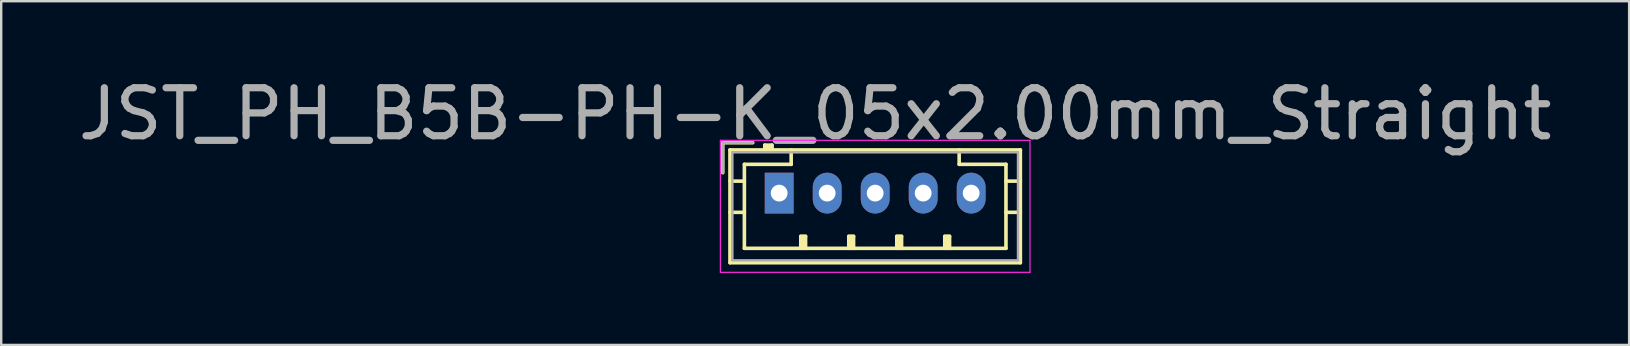
<source format=kicad_pcb>
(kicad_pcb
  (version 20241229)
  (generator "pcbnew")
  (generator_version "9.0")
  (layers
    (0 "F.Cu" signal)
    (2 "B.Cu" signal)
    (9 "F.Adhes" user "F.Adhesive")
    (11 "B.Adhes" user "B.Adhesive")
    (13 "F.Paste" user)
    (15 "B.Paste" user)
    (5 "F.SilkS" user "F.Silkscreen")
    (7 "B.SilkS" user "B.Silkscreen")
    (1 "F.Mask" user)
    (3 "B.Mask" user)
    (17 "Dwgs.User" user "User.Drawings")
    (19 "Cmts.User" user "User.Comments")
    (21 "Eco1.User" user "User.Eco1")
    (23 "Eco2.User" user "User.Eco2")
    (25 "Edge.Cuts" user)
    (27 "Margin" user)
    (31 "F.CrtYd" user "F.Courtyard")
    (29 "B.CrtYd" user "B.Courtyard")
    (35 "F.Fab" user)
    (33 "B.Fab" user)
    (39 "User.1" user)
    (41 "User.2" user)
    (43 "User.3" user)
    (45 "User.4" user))
  (footprint "JST_PH_B5B-PH-K_05x2.00mm_Straight"
    (layer "F.Cu")
    (at 29.417 4.997)
    (property "Reference" "JST_PH_B5B-PH-K_05x2.00mm_Straight" (at 1.5 -3.3 0) (layer "F.Fab") (effects (font (size 2 2) (thickness 0.3))))
    (attr through_hole)
    (fp_line (start -2.35 -2.1) (end -2.35 -0.85) (stroke (width 0.15) (type solid)) (layer "F.SilkS"))
    (fp_line (start -2.05 -1.8) (end -2.05 2.9) (stroke (width 0.15) (type solid)) (layer "F.SilkS"))
    (fp_line (start -2.05 -0.5) (end -1.45 -0.5) (stroke (width 0.15) (type solid)) (layer "F.SilkS"))
    (fp_line (start -2.05 0.8) (end -1.45 0.8) (stroke (width 0.15) (type solid)) (layer "F.SilkS"))
    (fp_line (start -2.05 2.9) (end 10.05 2.9) (stroke (width 0.15) (type solid)) (layer "F.SilkS"))
    (fp_line (start -1.45 -1.2) (end -1.45 2.3) (stroke (width 0.15) (type solid)) (layer "F.SilkS"))
    (fp_line (start -1.45 2.3) (end 9.45 2.3) (stroke (width 0.15) (type solid)) (layer "F.SilkS"))
    (fp_line (start -1.1 -2.1) (end -2.35 -2.1) (stroke (width 0.15) (type solid)) (layer "F.SilkS"))
    (fp_line (start -0.6 -2) (end -0.6 -1.8) (stroke (width 0.15) (type solid)) (layer "F.SilkS"))
    (fp_line (start -0.3 -2) (end -0.6 -2) (stroke (width 0.15) (type solid)) (layer "F.SilkS"))
    (fp_line (start -0.3 -1.9) (end -0.6 -1.9) (stroke (width 0.15) (type solid)) (layer "F.SilkS"))
    (fp_line (start -0.3 -1.8) (end -0.3 -2) (stroke (width 0.15) (type solid)) (layer "F.SilkS"))
    (fp_line (start 0.5 -1.8) (end 0.5 -1.2) (stroke (width 0.15) (type solid)) (layer "F.SilkS"))
    (fp_line (start 0.5 -1.2) (end -1.45 -1.2) (stroke (width 0.15) (type solid)) (layer "F.SilkS"))
    (fp_line (start 0.9 1.8) (end 1.1 1.8) (stroke (width 0.15) (type solid)) (layer "F.SilkS"))
    (fp_line (start 0.9 2.3) (end 0.9 1.8) (stroke (width 0.15) (type solid)) (layer "F.SilkS"))
    (fp_line (start 1 2.3) (end 1 1.8) (stroke (width 0.15) (type solid)) (layer "F.SilkS"))
    (fp_line (start 1.1 1.8) (end 1.1 2.3) (stroke (width 0.15) (type solid)) (layer "F.SilkS"))
    (fp_line (start 2.9 1.8) (end 3.1 1.8) (stroke (width 0.15) (type solid)) (layer "F.SilkS"))
    (fp_line (start 2.9 2.3) (end 2.9 1.8) (stroke (width 0.15) (type solid)) (layer "F.SilkS"))
    (fp_line (start 3 2.3) (end 3 1.8) (stroke (width 0.15) (type solid)) (layer "F.SilkS"))
    (fp_line (start 3.1 1.8) (end 3.1 2.3) (stroke (width 0.15) (type solid)) (layer "F.SilkS"))
    (fp_line (start 4.9 1.8) (end 5.1 1.8) (stroke (width 0.15) (type solid)) (layer "F.SilkS"))
    (fp_line (start 4.9 2.3) (end 4.9 1.8) (stroke (width 0.15) (type solid)) (layer "F.SilkS"))
    (fp_line (start 5 2.3) (end 5 1.8) (stroke (width 0.15) (type solid)) (layer "F.SilkS"))
    (fp_line (start 5.1 1.8) (end 5.1 2.3) (stroke (width 0.15) (type solid)) (layer "F.SilkS"))
    (fp_line (start 6.9 1.8) (end 7.1 1.8) (stroke (width 0.15) (type solid)) (layer "F.SilkS"))
    (fp_line (start 6.9 2.3) (end 6.9 1.8) (stroke (width 0.15) (type solid)) (layer "F.SilkS"))
    (fp_line (start 7 2.3) (end 7 1.8) (stroke (width 0.15) (type solid)) (layer "F.SilkS"))
    (fp_line (start 7.1 1.8) (end 7.1 2.3) (stroke (width 0.15) (type solid)) (layer "F.SilkS"))
    (fp_line (start 7.5 -1.2) (end 7.5 -1.8) (stroke (width 0.15) (type solid)) (layer "F.SilkS"))
    (fp_line (start 9.45 -1.2) (end 7.5 -1.2) (stroke (width 0.15) (type solid)) (layer "F.SilkS"))
    (fp_line (start 9.45 2.3) (end 9.45 -1.2) (stroke (width 0.15) (type solid)) (layer "F.SilkS"))
    (fp_line (start 10.05 -1.8) (end -2.05 -1.8) (stroke (width 0.15) (type solid)) (layer "F.SilkS"))
    (fp_line (start 10.05 -0.5) (end 9.45 -0.5) (stroke (width 0.15) (type solid)) (layer "F.SilkS"))
    (fp_line (start 10.05 0.8) (end 9.45 0.8) (stroke (width 0.15) (type solid)) (layer "F.SilkS"))
    (fp_line (start 10.05 2.9) (end 10.05 -1.8) (stroke (width 0.15) (type solid)) (layer "F.SilkS"))
    (fp_line (start -2.45 -2.2) (end -2.45 3.3) (stroke (width 0.05) (type solid)) (layer "F.CrtYd"))
    (fp_line (start -2.45 3.3) (end 10.45 3.3) (stroke (width 0.05) (type solid)) (layer "F.CrtYd"))
    (fp_line (start 10.45 -2.2) (end -2.45 -2.2) (stroke (width 0.05) (type solid)) (layer "F.CrtYd"))
    (fp_line (start 10.45 3.3) (end 10.45 -2.2) (stroke (width 0.05) (type solid)) (layer "F.CrtYd"))
    (fp_line (start -2.35 -2.1) (end -2.35 -0.85) (stroke (width 0.1) (type solid)) (layer "F.Fab"))
    (fp_line (start -1.95 -1.7) (end -1.95 2.8) (stroke (width 0.1) (type solid)) (layer "F.Fab"))
    (fp_line (start -1.95 2.8) (end 9.95 2.8) (stroke (width 0.1) (type solid)) (layer "F.Fab"))
    (fp_line (start -1.1 -2.1) (end -2.35 -2.1) (stroke (width 0.1) (type solid)) (layer "F.Fab"))
    (fp_line (start 9.95 -1.7) (end -1.95 -1.7) (stroke (width 0.1) (type solid)) (layer "F.Fab"))
    (fp_line (start 9.95 2.8) (end 9.95 -1.7) (stroke (width 0.1) (type solid)) (layer "F.Fab"))
    (pad "1" thru_hole rect (at 0 0) (size 1.2 1.7) (drill 0.7) (layers "*.Cu" "*.Mask"))
    (pad "2" thru_hole oval (at 2 0) (size 1.2 1.7) (drill 0.7) (layers "*.Cu" "*.Mask"))
    (pad "3" thru_hole oval (at 4 0) (size 1.2 1.7) (drill 0.7) (layers "*.Cu" "*.Mask"))
    (pad "4" thru_hole oval (at 6 0) (size 1.2 1.7) (drill 0.7) (layers "*.Cu" "*.Mask"))
    (pad "5" thru_hole oval (at 8 0) (size 1.2 1.7) (drill 0.7) (layers "*.Cu" "*.Mask")))
  (gr_rect
    (start -3 -3)
    (end 64.833 11.322)
    (stroke (width 0.1) (type default))
    (fill no)
    (layer "Edge.Cuts")))
</source>
